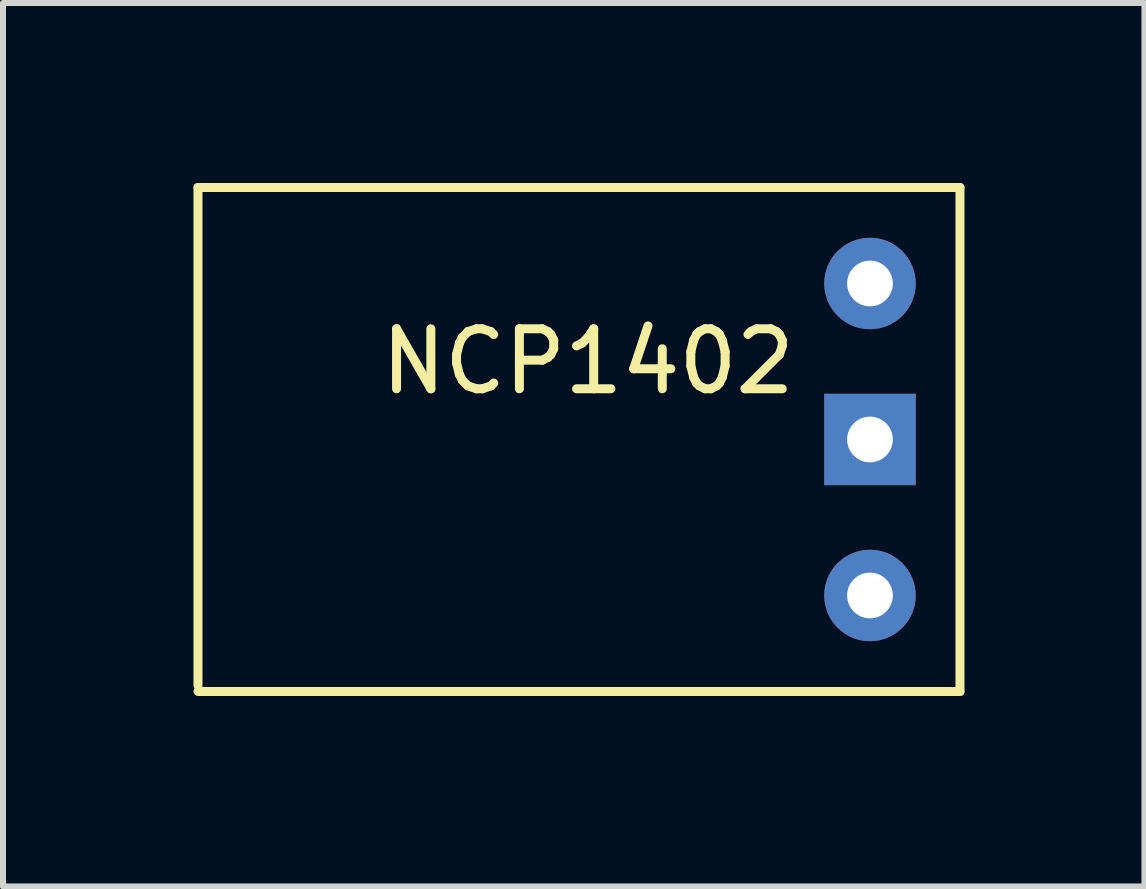
<source format=kicad_pcb>
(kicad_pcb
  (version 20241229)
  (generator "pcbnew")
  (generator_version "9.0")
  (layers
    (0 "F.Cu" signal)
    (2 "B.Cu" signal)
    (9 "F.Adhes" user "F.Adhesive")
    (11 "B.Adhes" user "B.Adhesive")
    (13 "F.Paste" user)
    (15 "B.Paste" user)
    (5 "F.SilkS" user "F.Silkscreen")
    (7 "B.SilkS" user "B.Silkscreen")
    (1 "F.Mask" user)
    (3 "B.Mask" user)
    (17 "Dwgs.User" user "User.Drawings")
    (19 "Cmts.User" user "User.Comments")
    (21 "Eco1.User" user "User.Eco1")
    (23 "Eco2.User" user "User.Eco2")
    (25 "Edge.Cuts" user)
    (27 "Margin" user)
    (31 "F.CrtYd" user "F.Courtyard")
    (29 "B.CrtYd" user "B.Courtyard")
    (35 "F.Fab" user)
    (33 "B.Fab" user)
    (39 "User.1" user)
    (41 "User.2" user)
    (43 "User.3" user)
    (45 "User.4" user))
  (footprint "NCP1402"
    (layer "F.Cu")
    (at 0.25 8.475)
    (property "Reference" "NCP1402" (at 6.5 -5.5 0) (layer "F.SilkS") (effects (font (size 1 1) (thickness 0.15))))
    (attr through_hole)
    (fp_line (start 0 -8.4) (end 0 -0.1) (stroke (width 0.15) (type solid)) (layer "F.SilkS"))
    (fp_line (start 0 0) (end 12.7 0) (stroke (width 0.15) (type solid)) (layer "F.SilkS"))
    (fp_line (start 12.7 -8.4) (end 0 -8.4) (stroke (width 0.15) (type solid)) (layer "F.SilkS"))
    (fp_line (start 12.7 0) (end 12.7 -8.4) (stroke (width 0.15) (type solid)) (layer "F.SilkS"))
    (pad "1" thru_hole circle (at 11.2 -1.6) (size 1.524 1.524) (drill 0.762) (layers "*.Cu" "*.Mask"))
    (pad "2" thru_hole rect (at 11.2 -4.2) (size 1.524 1.524) (drill 0.762) (layers "*.Cu" "*.Mask"))
    (pad "3" thru_hole circle (at 11.2 -6.8) (size 1.524 1.524) (drill 0.762) (layers "*.Cu" "*.Mask")))
  (gr_rect
    (start -3 -3)
    (end 16.025 11.725)
    (stroke (width 0.1) (type default))
    (fill no)
    (layer "Edge.Cuts")))
</source>
